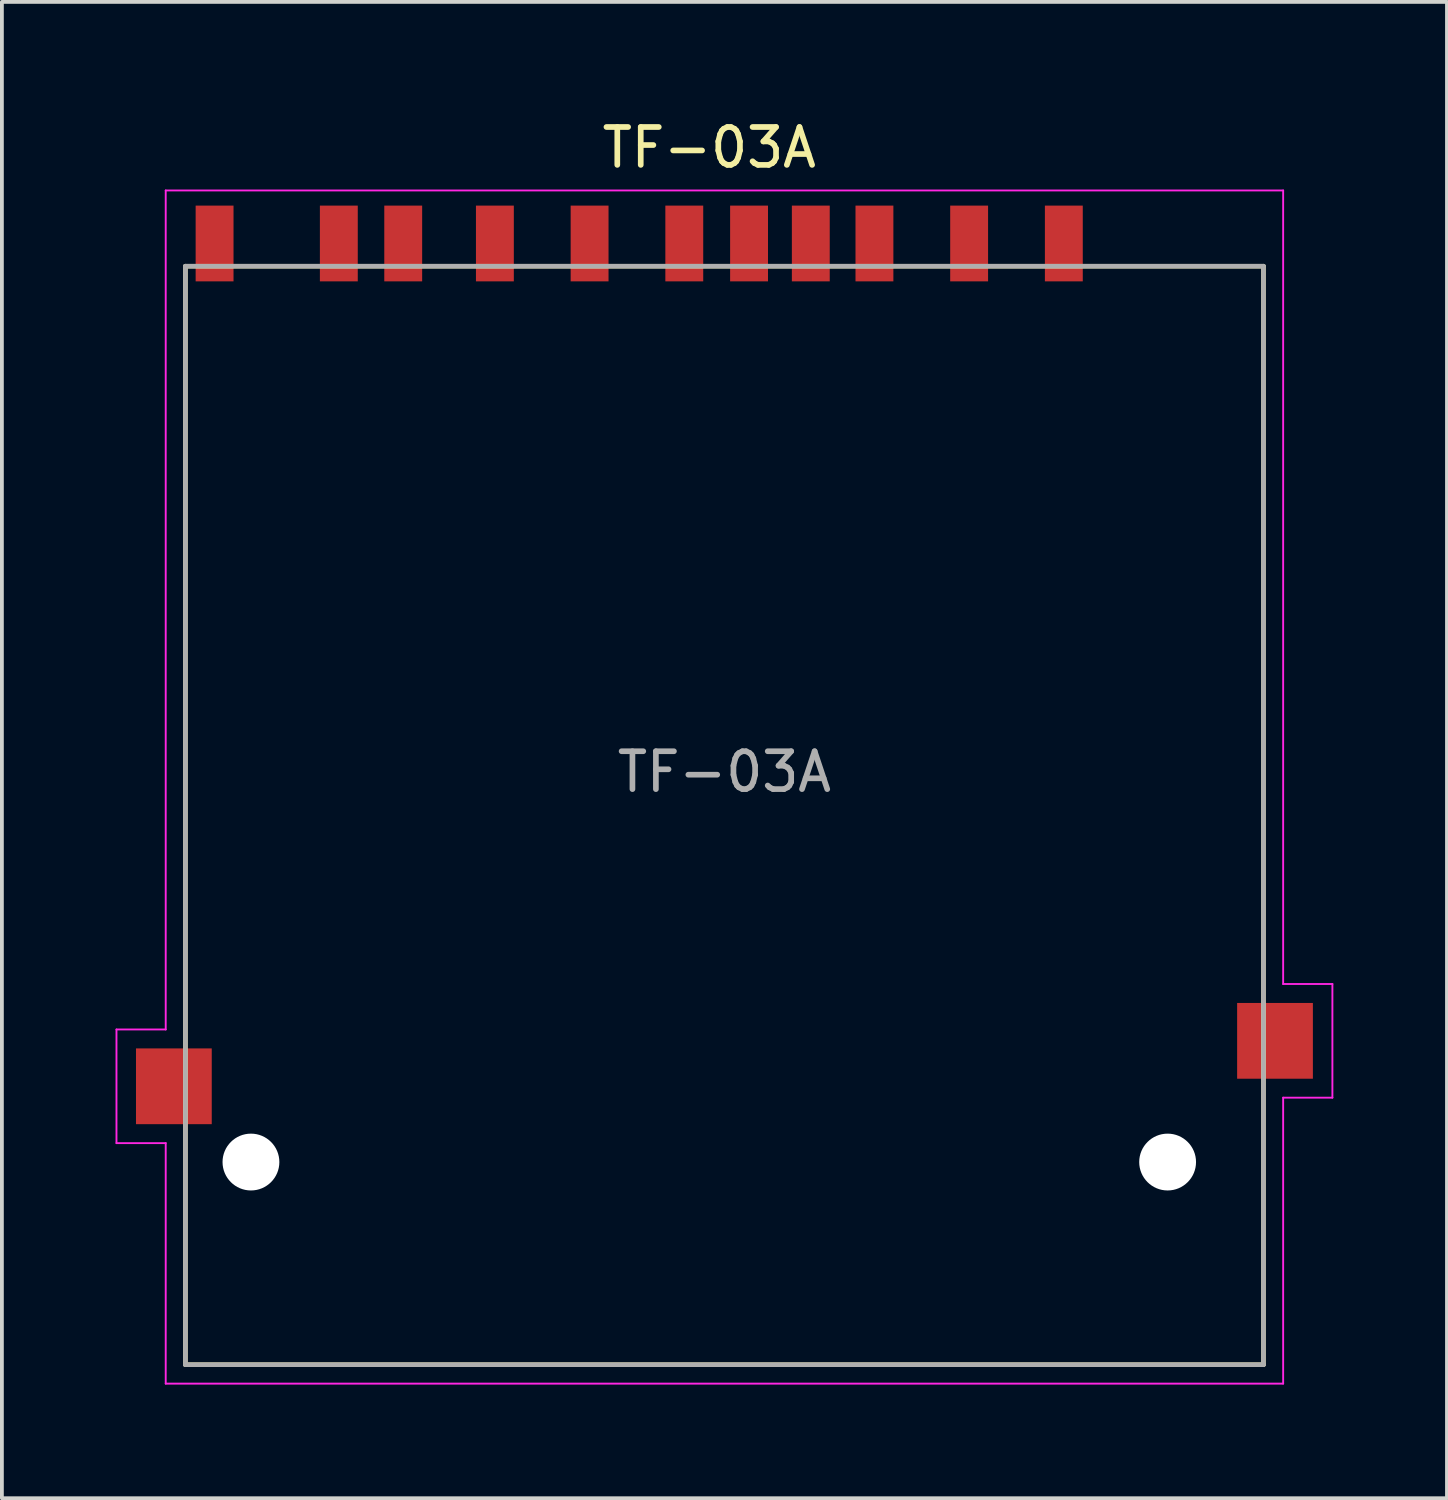
<source format=kicad_pcb>
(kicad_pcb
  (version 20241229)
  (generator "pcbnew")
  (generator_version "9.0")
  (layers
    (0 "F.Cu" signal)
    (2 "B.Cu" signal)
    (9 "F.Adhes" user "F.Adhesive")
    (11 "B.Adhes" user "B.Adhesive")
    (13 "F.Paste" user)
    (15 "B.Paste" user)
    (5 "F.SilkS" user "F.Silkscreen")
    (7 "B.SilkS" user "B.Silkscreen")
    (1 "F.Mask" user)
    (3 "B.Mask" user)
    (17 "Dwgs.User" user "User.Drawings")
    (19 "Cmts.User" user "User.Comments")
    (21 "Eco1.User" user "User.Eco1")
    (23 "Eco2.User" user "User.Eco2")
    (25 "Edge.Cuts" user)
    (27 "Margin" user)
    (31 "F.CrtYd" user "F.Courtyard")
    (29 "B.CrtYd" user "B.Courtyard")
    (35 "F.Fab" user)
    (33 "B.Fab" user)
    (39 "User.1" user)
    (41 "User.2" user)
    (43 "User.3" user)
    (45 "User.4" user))
  (footprint "TF-03A"
    (layer "F.Cu")
    (at 16.075 3.978)
    (property "Reference" "TF-03A" (at -0.4 -3.13 180) (layer "F.SilkS") (effects (font (size 1 1) (thickness 0.15))))
    (attr smd)
    (fp_line (start -14.23 0) (end -14.23 29) (stroke (width 0.12) (type solid)) (layer "F.SilkS"))
    (fp_line (start -14.23 29) (end 14.23 29) (stroke (width 0.12) (type solid)) (layer "F.SilkS"))
    (fp_line (start 14.23 0) (end -14.23 0) (stroke (width 0.12) (type solid)) (layer "F.SilkS"))
    (fp_line (start 14.23 29) (end 14.23 0) (stroke (width 0.12) (type solid)) (layer "F.SilkS"))
    (fp_line (start -16.05 20.15) (end -16.05 23.15) (stroke (width 0.05) (type default)) (layer "F.CrtYd"))
    (fp_line (start -16.05 23.15) (end -14.75 23.15) (stroke (width 0.05) (type default)) (layer "F.CrtYd"))
    (fp_line (start -14.75 -2) (end 14.75 -2) (stroke (width 0.05) (type solid)) (layer "F.CrtYd"))
    (fp_line (start -14.75 20.15) (end -16.05 20.15) (stroke (width 0.05) (type default)) (layer "F.CrtYd"))
    (fp_line (start -14.75 20.15) (end -14.75 -2) (stroke (width 0.05) (type solid)) (layer "F.CrtYd"))
    (fp_line (start -14.75 23.15) (end -14.75 29.5) (stroke (width 0.05) (type default)) (layer "F.CrtYd"))
    (fp_line (start 14.75 18.95) (end 14.75 -2) (stroke (width 0.05) (type solid)) (layer "F.CrtYd"))
    (fp_line (start 14.75 18.95) (end 16.05 18.95) (stroke (width 0.05) (type default)) (layer "F.CrtYd"))
    (fp_line (start 14.75 21.95) (end 14.75 29.5) (stroke (width 0.05) (type default)) (layer "F.CrtYd"))
    (fp_line (start 14.75 29.5) (end -14.75 29.5) (stroke (width 0.05) (type solid)) (layer "F.CrtYd"))
    (fp_line (start 16.05 18.95) (end 16.05 21.95) (stroke (width 0.05) (type default)) (layer "F.CrtYd"))
    (fp_line (start 16.05 21.95) (end 14.75 21.95) (stroke (width 0.05) (type default)) (layer "F.CrtYd"))
    (fp_line (start -14.23 0) (end -14.23 29) (stroke (width 0.12) (type solid)) (layer "F.Fab"))
    (fp_line (start -14.23 29) (end 14.23 29) (stroke (width 0.12) (type solid)) (layer "F.Fab"))
    (fp_line (start 14.23 0) (end -14.23 0) (stroke (width 0.12) (type solid)) (layer "F.Fab"))
    (fp_line (start 14.23 29) (end 14.23 0) (stroke (width 0.12) (type solid)) (layer "F.Fab"))
    (fp_text user "${REFERENCE}" (at 0 13.35 180) (layer "F.Fab") (effects (font (size 1 1) (thickness 0.15))))
    (pad "" np_thru_hole circle (at -12.5 23.65 180) (size 1.5 1.5) (drill 1.5) (layers "*.Cu" "*.Mask"))
    (pad "" np_thru_hole circle (at 11.7 23.65 180) (size 1.5 1.5) (drill 1.5) (layers "*.Cu" "*.Mask"))
    (pad "1" smd rect (at 6.46 -0.6) (size 1 2) (layers "F.Cu" "F.Mask" "F.Paste"))
    (pad "2" smd rect (at 3.96 -0.6) (size 1 2) (layers "F.Cu" "F.Mask" "F.Paste"))
    (pad "3" smd rect (at 0.65 -0.6) (size 1 2) (layers "F.Cu" "F.Mask" "F.Paste"))
    (pad "4" smd rect (at -1.06 -0.6) (size 1 2) (layers "F.Cu" "F.Mask" "F.Paste"))
    (pad "5" smd rect (at -3.56 -0.6) (size 1 2) (layers "F.Cu" "F.Mask" "F.Paste"))
    (pad "6" smd rect (at -6.06 -0.6) (size 1 2) (layers "F.Cu" "F.Mask" "F.Paste"))
    (pad "7" smd rect (at -8.48 -0.6) (size 1 2) (layers "F.Cu" "F.Mask" "F.Paste"))
    (pad "8" smd rect (at -10.18 -0.6) (size 1 2) (layers "F.Cu" "F.Mask" "F.Paste"))
    (pad "9" smd rect (at 8.96 -0.6) (size 1 2) (layers "F.Cu" "F.Mask" "F.Paste"))
    (pad "10" smd rect (at 2.28 -0.6) (size 1 2) (layers "F.Cu" "F.Mask" "F.Paste"))
    (pad "11" smd rect (at -13.46 -0.6) (size 1 2) (layers "F.Cu" "F.Mask" "F.Paste"))
    (pad "12" smd rect (at 14.535 20.45) (size 2 2) (layers "F.Cu" "F.Mask" "F.Paste"))
    (pad "13" smd rect (at -14.535 21.65) (size 2 2) (layers "F.Cu" "F.Mask" "F.Paste")))
  (gr_rect
    (start -3 -3)
    (end 35.15 36.503)
    (stroke (width 0.1) (type default))
    (fill no)
    (layer "Edge.Cuts")))
</source>
